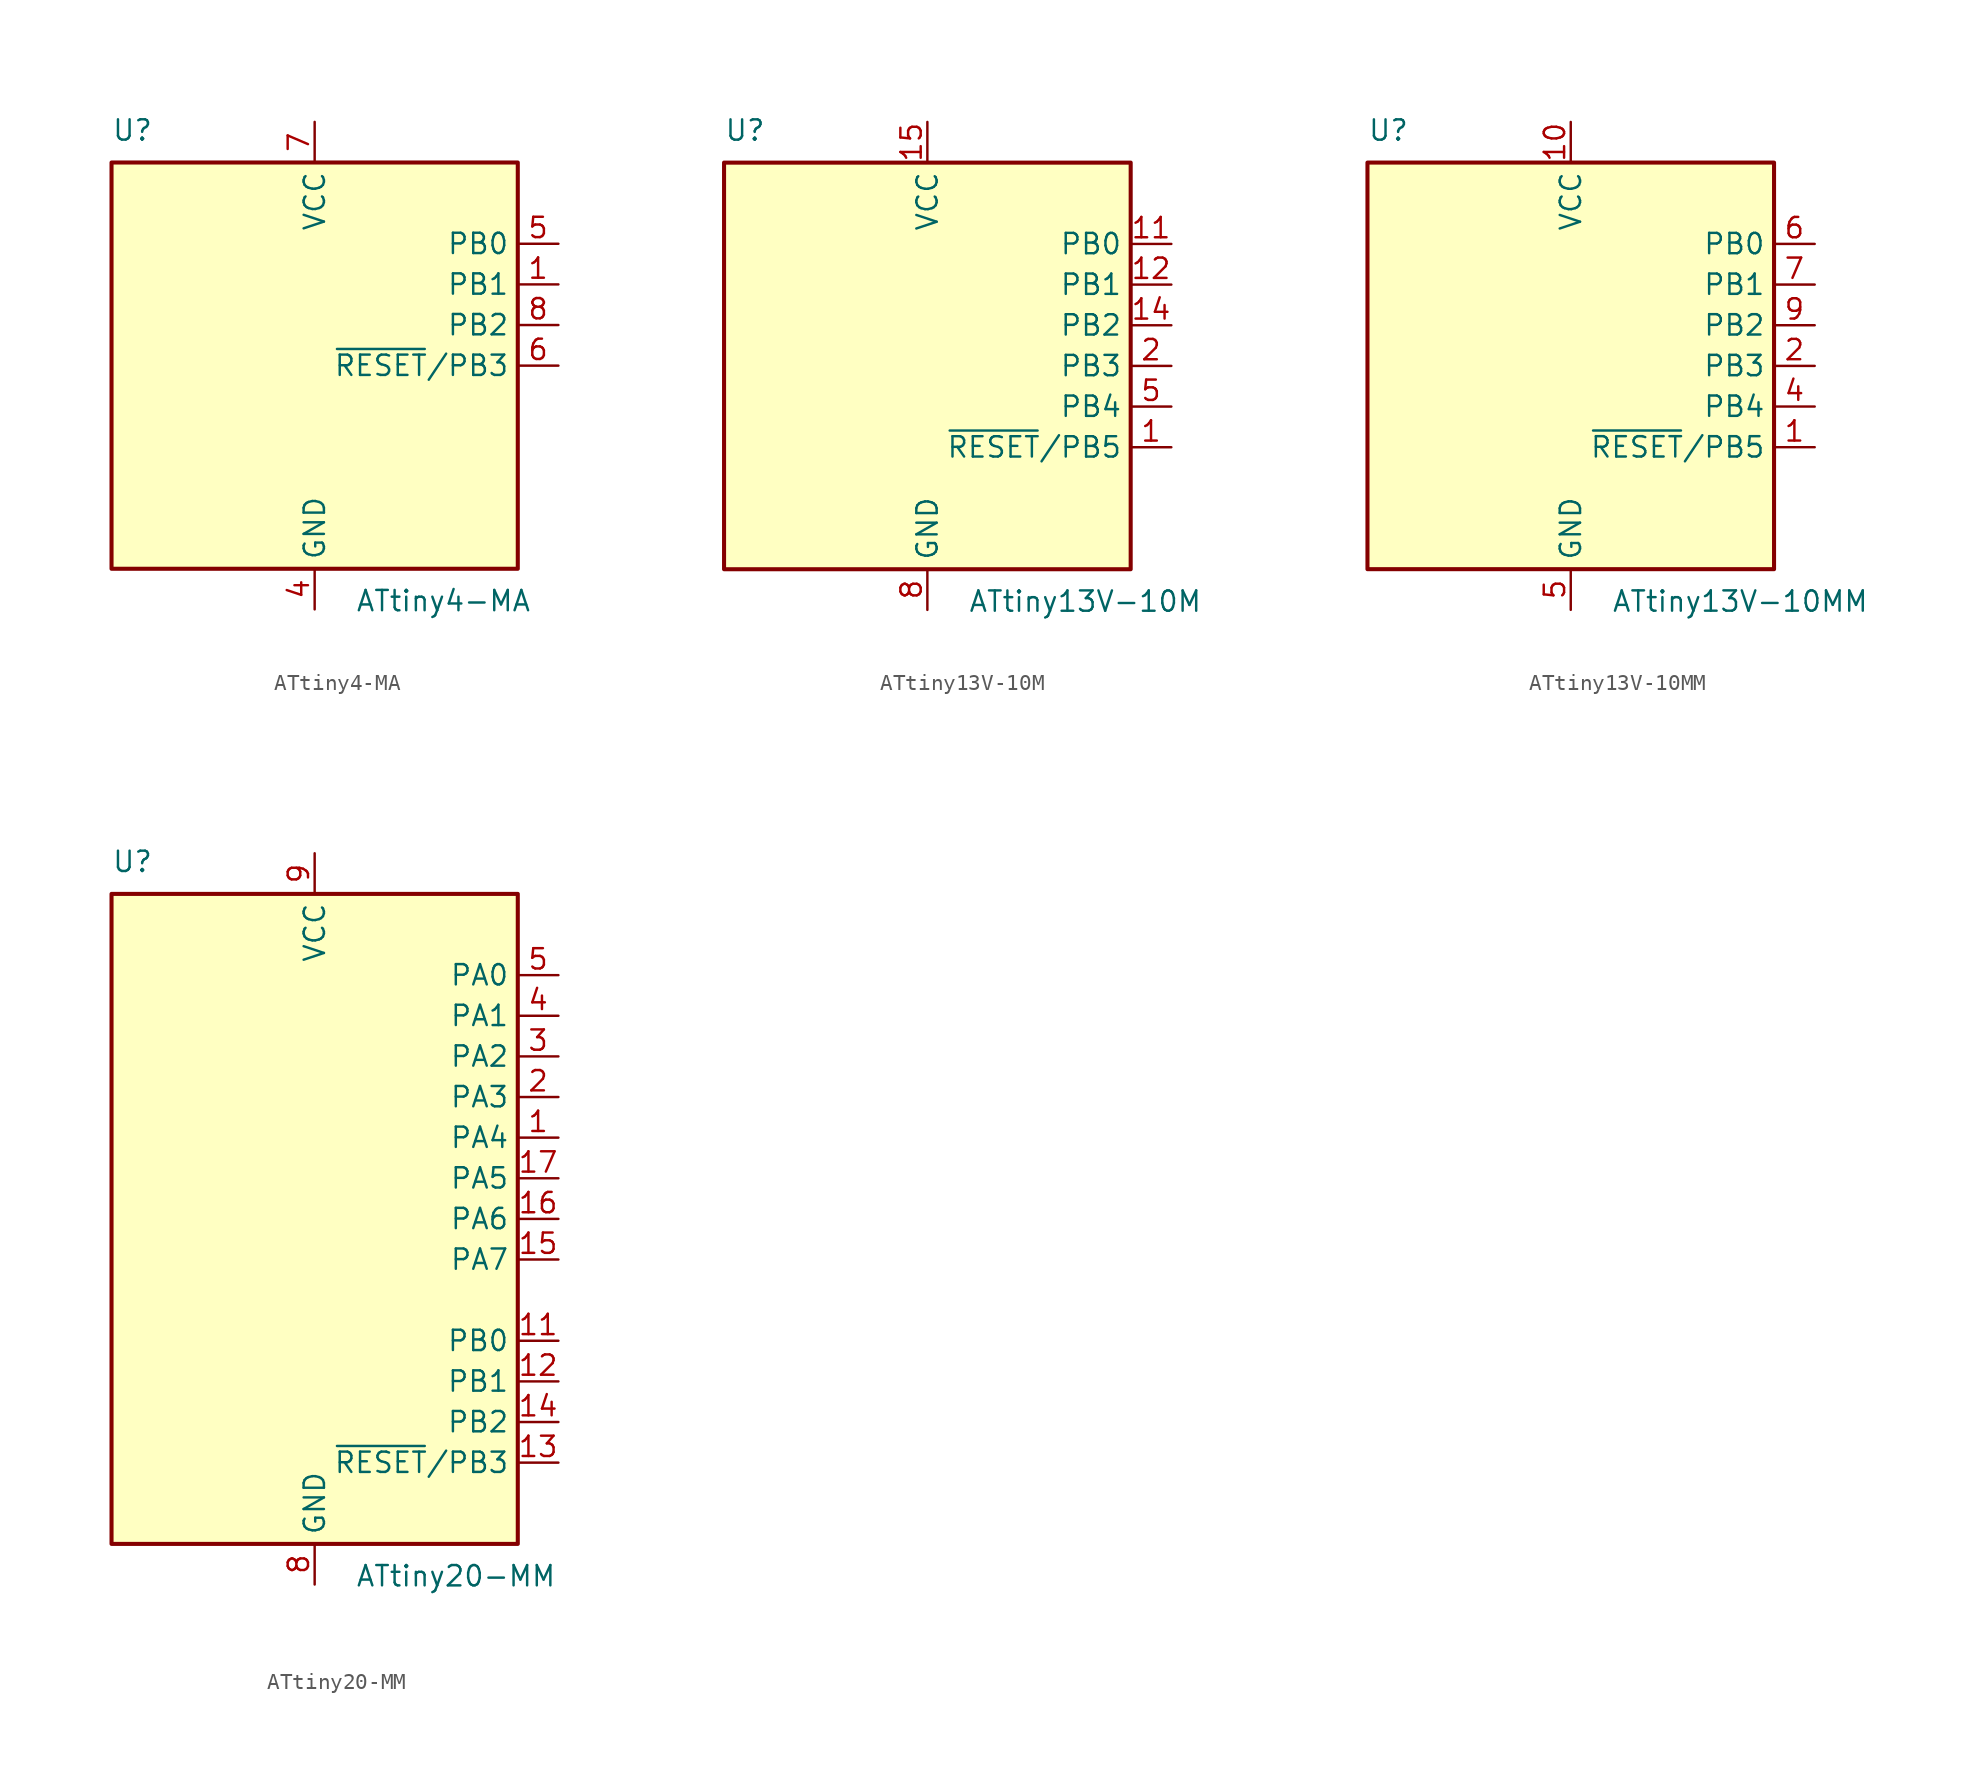
<source format=kicad_sym>
(kicad_symbol_lib
  (version 20200908)
  (generator kicad_symbol_editor)
  (symbol "MCU_Microchip_ATtiny:ATtiny4-MA"
    (property "Reference" "U"
      (at -12.7 13.97 0)
      (effects (font (size 1.27 1.27)) (justify left bottom)))
    (property "Value" "ATtiny4-MA"
      (at 2.54 -13.97 0)
      (effects (font (size 1.27 1.27)) (justify left top)))
    (symbol "ATtiny4-MA_0_1"
      (rectangle (start -12.7 -12.7) (end 12.7 12.7) (stroke (width 0.254)) (fill (type background))))
    (symbol "ATtiny4-MA_1_1"
      (pin bidirectional line (at 15.24 5.08 180) (length 2.54) (name "PB1" (effects (font (size 1.27 1.27)))) (number "1" (effects (font (size 1.27 1.27)))))
      (pin unconnected line (at -12.7 7.62 0) (length 2.54) hide (name "NC" (effects (font (size 1.27 1.27)))) (number "2" (effects (font (size 1.27 1.27)))))
      (pin unconnected line (at -12.7 5.08 0) (length 2.54) hide (name "NC" (effects (font (size 1.27 1.27)))) (number "3" (effects (font (size 1.27 1.27)))))
      (pin power_in line (at 0 -15.24 90) (length 2.54) (name "GND" (effects (font (size 1.27 1.27)))) (number "4" (effects (font (size 1.27 1.27)))))
      (pin bidirectional line (at 15.24 7.62 180) (length 2.54) (name "PB0" (effects (font (size 1.27 1.27)))) (number "5" (effects (font (size 1.27 1.27)))))
      (pin bidirectional line (at 15.24 0 180) (length 2.54) (name "~RESET~/PB3" (effects (font (size 1.27 1.27)))) (number "6" (effects (font (size 1.27 1.27)))))
      (pin power_in line (at 0 15.24 270) (length 2.54) (name "VCC" (effects (font (size 1.27 1.27)))) (number "7" (effects (font (size 1.27 1.27)))))
      (pin bidirectional line (at 15.24 2.54 180) (length 2.54) (name "PB2" (effects (font (size 1.27 1.27)))) (number "8" (effects (font (size 1.27 1.27)))))))
  (symbol "MCU_Microchip_ATtiny:ATtiny13V-10M"
    (property "Reference" "U"
      (at -12.7 13.97 0)
      (effects (font (size 1.27 1.27)) (justify left bottom)))
    (property "Value" "ATtiny13V-10M"
      (at 2.54 -13.97 0)
      (effects (font (size 1.27 1.27)) (justify left top)))
    (symbol "ATtiny13V-10M_0_1"
      (rectangle (start -12.7 -12.7) (end 12.7 12.7) (stroke (width 0.254)) (fill (type background))))
    (symbol "ATtiny13V-10M_1_1"
      (pin bidirectional line (at 15.24 -5.08 180) (length 2.54) (name "~RESET~/PB5" (effects (font (size 1.27 1.27)))) (number "1" (effects (font (size 1.27 1.27)))))
      (pin unconnected line (at -12.7 -2.54 0) (length 2.54) hide (name "NC" (effects (font (size 1.27 1.27)))) (number "10" (effects (font (size 1.27 1.27)))))
      (pin bidirectional line (at 15.24 7.62 180) (length 2.54) (name "PB0" (effects (font (size 1.27 1.27)))) (number "11" (effects (font (size 1.27 1.27)))))
      (pin bidirectional line (at 15.24 5.08 180) (length 2.54) (name "PB1" (effects (font (size 1.27 1.27)))) (number "12" (effects (font (size 1.27 1.27)))))
      (pin unconnected line (at -12.7 -5.08 0) (length 2.54) hide (name "NC" (effects (font (size 1.27 1.27)))) (number "13" (effects (font (size 1.27 1.27)))))
      (pin bidirectional line (at 15.24 2.54 180) (length 2.54) (name "PB2" (effects (font (size 1.27 1.27)))) (number "14" (effects (font (size 1.27 1.27)))))
      (pin power_in line (at 0 15.24 270) (length 2.54) (name "VCC" (effects (font (size 1.27 1.27)))) (number "15" (effects (font (size 1.27 1.27)))))
      (pin unconnected line (at -12.7 -7.62 0) (length 2.54) hide (name "NC" (effects (font (size 1.27 1.27)))) (number "16" (effects (font (size 1.27 1.27)))))
      (pin unconnected line (at -12.7 -10.16 0) (length 2.54) hide (name "NC" (effects (font (size 1.27 1.27)))) (number "17" (effects (font (size 1.27 1.27)))))
      (pin unconnected line (at -7.62 -12.7 90) (length 2.54) hide (name "NC" (effects (font (size 1.27 1.27)))) (number "18" (effects (font (size 1.27 1.27)))))
      (pin unconnected line (at -5.08 -12.7 90) (length 2.54) hide (name "NC" (effects (font (size 1.27 1.27)))) (number "19" (effects (font (size 1.27 1.27)))))
      (pin bidirectional line (at 15.24 0 180) (length 2.54) (name "PB3" (effects (font (size 1.27 1.27)))) (number "2" (effects (font (size 1.27 1.27)))))
      (pin unconnected line (at -2.54 -12.7 90) (length 2.54) hide (name "NC" (effects (font (size 1.27 1.27)))) (number "20" (effects (font (size 1.27 1.27)))))
      (pin passive line (at 0 -15.24 90) (length 2.54) hide (name "GND" (effects (font (size 1.27 1.27)))) (number "21" (effects (font (size 1.27 1.27)))))
      (pin unconnected line (at -12.7 10.16 0) (length 2.54) hide (name "NC" (effects (font (size 1.27 1.27)))) (number "3" (effects (font (size 1.27 1.27)))))
      (pin unconnected line (at -12.7 7.62 0) (length 2.54) hide (name "NC" (effects (font (size 1.27 1.27)))) (number "4" (effects (font (size 1.27 1.27)))))
      (pin bidirectional line (at 15.24 -2.54 180) (length 2.54) (name "PB4" (effects (font (size 1.27 1.27)))) (number "5" (effects (font (size 1.27 1.27)))))
      (pin unconnected line (at -12.7 5.08 0) (length 2.54) hide (name "NC" (effects (font (size 1.27 1.27)))) (number "6" (effects (font (size 1.27 1.27)))))
      (pin unconnected line (at -12.7 2.54 0) (length 2.54) hide (name "NC" (effects (font (size 1.27 1.27)))) (number "7" (effects (font (size 1.27 1.27)))))
      (pin power_in line (at 0 -15.24 90) (length 2.54) (name "GND" (effects (font (size 1.27 1.27)))) (number "8" (effects (font (size 1.27 1.27)))))
      (pin unconnected line (at -12.7 0 0) (length 2.54) hide (name "NC" (effects (font (size 1.27 1.27)))) (number "9" (effects (font (size 1.27 1.27)))))))
  (symbol "MCU_Microchip_ATtiny:ATtiny13V-10MM"
    (property "Reference" "U"
      (at -12.7 13.97 0)
      (effects (font (size 1.27 1.27)) (justify left bottom)))
    (property "Value" "ATtiny13V-10MM"
      (at 2.54 -13.97 0)
      (effects (font (size 1.27 1.27)) (justify left top)))
    (symbol "ATtiny13V-10MM_0_1"
      (rectangle (start -12.7 -12.7) (end 12.7 12.7) (stroke (width 0.254)) (fill (type background))))
    (symbol "ATtiny13V-10MM_1_1"
      (pin bidirectional line (at 15.24 -5.08 180) (length 2.54) (name "~RESET~/PB5" (effects (font (size 1.27 1.27)))) (number "1" (effects (font (size 1.27 1.27)))))
      (pin power_in line (at 0 15.24 270) (length 2.54) (name "VCC" (effects (font (size 1.27 1.27)))) (number "10" (effects (font (size 1.27 1.27)))))
      (pin passive line (at 0 -15.24 90) (length 2.54) hide (name "GND" (effects (font (size 1.27 1.27)))) (number "11" (effects (font (size 1.27 1.27)))))
      (pin bidirectional line (at 15.24 0 180) (length 2.54) (name "PB3" (effects (font (size 1.27 1.27)))) (number "2" (effects (font (size 1.27 1.27)))))
      (pin unconnected line (at -12.7 -7.62 0) (length 2.54) hide (name "NC" (effects (font (size 1.27 1.27)))) (number "3" (effects (font (size 1.27 1.27)))))
      (pin bidirectional line (at 15.24 -2.54 180) (length 2.54) (name "PB4" (effects (font (size 1.27 1.27)))) (number "4" (effects (font (size 1.27 1.27)))))
      (pin power_in line (at 0 -15.24 90) (length 2.54) (name "GND" (effects (font (size 1.27 1.27)))) (number "5" (effects (font (size 1.27 1.27)))))
      (pin bidirectional line (at 15.24 7.62 180) (length 2.54) (name "PB0" (effects (font (size 1.27 1.27)))) (number "6" (effects (font (size 1.27 1.27)))))
      (pin bidirectional line (at 15.24 5.08 180) (length 2.54) (name "PB1" (effects (font (size 1.27 1.27)))) (number "7" (effects (font (size 1.27 1.27)))))
      (pin unconnected line (at -12.7 -10.16 0) (length 2.54) hide (name "NC" (effects (font (size 1.27 1.27)))) (number "8" (effects (font (size 1.27 1.27)))))
      (pin bidirectional line (at 15.24 2.54 180) (length 2.54) (name "PB2" (effects (font (size 1.27 1.27)))) (number "9" (effects (font (size 1.27 1.27)))))))
  (symbol "MCU_Microchip_ATtiny:ATtiny20-MM"
    (property "Reference" "U"
      (at -12.7 21.59 0)
      (effects (font (size 1.27 1.27)) (justify left bottom)))
    (property "Value" "ATtiny20-MM"
      (at 2.54 -21.59 0)
      (effects (font (size 1.27 1.27)) (justify left top)))
    (symbol "ATtiny20-MM_0_1"
      (rectangle (start -12.7 -20.32) (end 12.7 20.32) (stroke (width 0.254)) (fill (type background))))
    (symbol "ATtiny20-MM_1_1"
      (pin bidirectional line (at 15.24 5.08 180) (length 2.54) (name "PA4" (effects (font (size 1.27 1.27)))) (number "1" (effects (font (size 1.27 1.27)))))
      (pin unconnected line (at -12.7 -10.16 0) (length 2.54) hide (name "NC" (effects (font (size 1.27 1.27)))) (number "10" (effects (font (size 1.27 1.27)))))
      (pin bidirectional line (at 15.24 -7.62 180) (length 2.54) (name "PB0" (effects (font (size 1.27 1.27)))) (number "11" (effects (font (size 1.27 1.27)))))
      (pin bidirectional line (at 15.24 -10.16 180) (length 2.54) (name "PB1" (effects (font (size 1.27 1.27)))) (number "12" (effects (font (size 1.27 1.27)))))
      (pin bidirectional line (at 15.24 -15.24 180) (length 2.54) (name "~RESET~/PB3" (effects (font (size 1.27 1.27)))) (number "13" (effects (font (size 1.27 1.27)))))
      (pin bidirectional line (at 15.24 -12.7 180) (length 2.54) (name "PB2" (effects (font (size 1.27 1.27)))) (number "14" (effects (font (size 1.27 1.27)))))
      (pin bidirectional line (at 15.24 -2.54 180) (length 2.54) (name "PA7" (effects (font (size 1.27 1.27)))) (number "15" (effects (font (size 1.27 1.27)))))
      (pin bidirectional line (at 15.24 0 180) (length 2.54) (name "PA6" (effects (font (size 1.27 1.27)))) (number "16" (effects (font (size 1.27 1.27)))))
      (pin bidirectional line (at 15.24 2.54 180) (length 2.54) (name "PA5" (effects (font (size 1.27 1.27)))) (number "17" (effects (font (size 1.27 1.27)))))
      (pin unconnected line (at -12.7 -12.7 0) (length 2.54) hide (name "NC" (effects (font (size 1.27 1.27)))) (number "18" (effects (font (size 1.27 1.27)))))
      (pin unconnected line (at -12.7 -15.24 0) (length 2.54) hide (name "NC" (effects (font (size 1.27 1.27)))) (number "19" (effects (font (size 1.27 1.27)))))
      (pin bidirectional line (at 15.24 7.62 180) (length 2.54) (name "PA3" (effects (font (size 1.27 1.27)))) (number "2" (effects (font (size 1.27 1.27)))))
      (pin unconnected line (at -12.7 -17.78 0) (length 2.54) hide (name "NC" (effects (font (size 1.27 1.27)))) (number "20" (effects (font (size 1.27 1.27)))))
      (pin passive line (at 0 -22.86 90) (length 2.54) hide (name "GND" (effects (font (size 1.27 1.27)))) (number "21" (effects (font (size 1.27 1.27)))))
      (pin bidirectional line (at 15.24 10.16 180) (length 2.54) (name "PA2" (effects (font (size 1.27 1.27)))) (number "3" (effects (font (size 1.27 1.27)))))
      (pin bidirectional line (at 15.24 12.7 180) (length 2.54) (name "PA1" (effects (font (size 1.27 1.27)))) (number "4" (effects (font (size 1.27 1.27)))))
      (pin bidirectional line (at 15.24 15.24 180) (length 2.54) (name "PA0" (effects (font (size 1.27 1.27)))) (number "5" (effects (font (size 1.27 1.27)))))
      (pin unconnected line (at -12.7 -5.08 0) (length 2.54) hide (name "NC" (effects (font (size 1.27 1.27)))) (number "6" (effects (font (size 1.27 1.27)))))
      (pin unconnected line (at -12.7 -7.62 0) (length 2.54) hide (name "NC" (effects (font (size 1.27 1.27)))) (number "7" (effects (font (size 1.27 1.27)))))
      (pin power_in line (at 0 -22.86 90) (length 2.54) (name "GND" (effects (font (size 1.27 1.27)))) (number "8" (effects (font (size 1.27 1.27)))))
      (pin power_in line (at 0 22.86 270) (length 2.54) (name "VCC" (effects (font (size 1.27 1.27)))) (number "9" (effects (font (size 1.27 1.27))))))))
</source>
